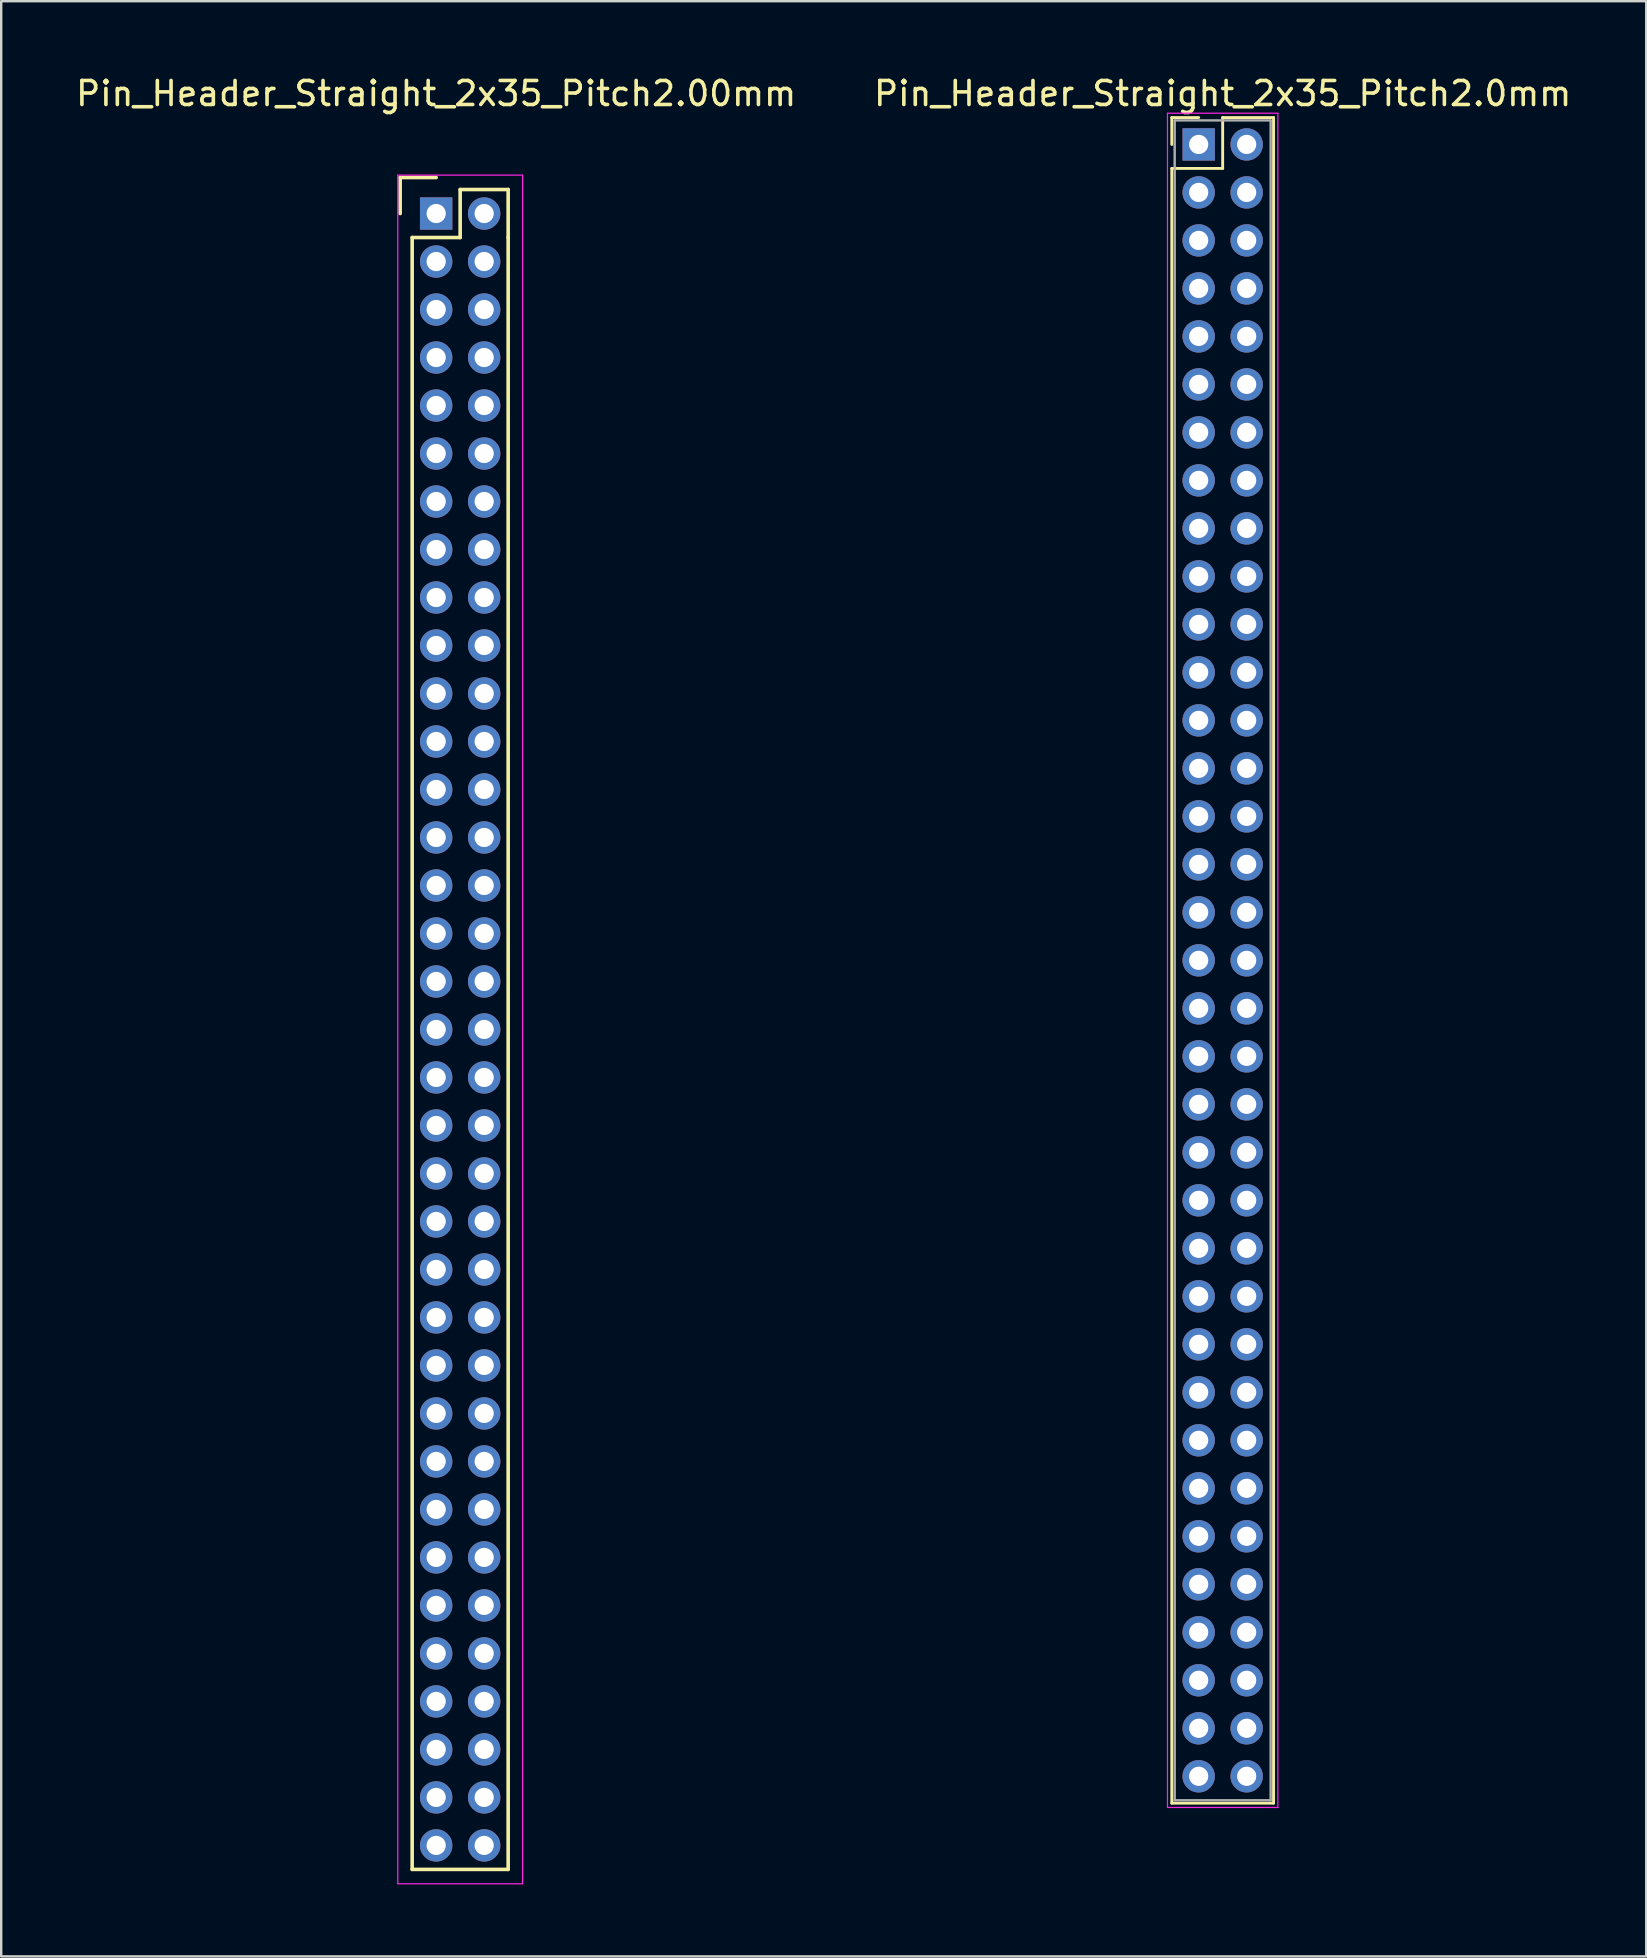
<source format=kicad_pcb>
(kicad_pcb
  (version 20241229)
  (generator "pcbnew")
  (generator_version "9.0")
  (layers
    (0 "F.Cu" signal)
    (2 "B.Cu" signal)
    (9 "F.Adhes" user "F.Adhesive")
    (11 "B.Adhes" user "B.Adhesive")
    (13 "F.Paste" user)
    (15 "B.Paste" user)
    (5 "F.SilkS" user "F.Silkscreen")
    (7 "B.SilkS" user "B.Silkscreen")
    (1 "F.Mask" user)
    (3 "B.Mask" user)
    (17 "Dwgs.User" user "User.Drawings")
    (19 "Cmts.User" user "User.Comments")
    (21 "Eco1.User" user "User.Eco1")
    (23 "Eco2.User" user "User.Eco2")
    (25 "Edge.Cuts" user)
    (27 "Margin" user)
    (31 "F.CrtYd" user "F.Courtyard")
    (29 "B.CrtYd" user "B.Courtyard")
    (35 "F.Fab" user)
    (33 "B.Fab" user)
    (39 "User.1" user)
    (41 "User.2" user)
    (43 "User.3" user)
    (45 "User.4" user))
  (footprint "Pin_Header_Straight_2x35_Pitch2.00mm"
    (layer "F.Cu")
    (at 15.125 5.848)
    (property "Reference" "Pin_Header_Straight_2x35_Pitch2.00mm" (at 0 -5 0) (layer "F.SilkS") (effects (font (size 1 1) (thickness 0.15))))
    (attr through_hole)
    (fp_line (start -1.5 -1.5) (end 0 -1.5) (stroke (width 0.15) (type solid)) (layer "F.SilkS"))
    (fp_line (start -1.5 0) (end -1.5 -1.5) (stroke (width 0.15) (type solid)) (layer "F.SilkS"))
    (fp_line (start -1 1) (end 1 1) (stroke (width 0.15) (type solid)) (layer "F.SilkS"))
    (fp_line (start -1 69) (end -1 1) (stroke (width 0.15) (type solid)) (layer "F.SilkS"))
    (fp_line (start 1 -1) (end 3 -1) (stroke (width 0.15) (type solid)) (layer "F.SilkS"))
    (fp_line (start 1 1) (end 1 -1) (stroke (width 0.15) (type solid)) (layer "F.SilkS"))
    (fp_line (start 3 -1) (end 3 1) (stroke (width 0.15) (type solid)) (layer "F.SilkS"))
    (fp_line (start 3 1) (end 3 69) (stroke (width 0.15) (type solid)) (layer "F.SilkS"))
    (fp_line (start 3 69) (end -1 69) (stroke (width 0.15) (type solid)) (layer "F.SilkS"))
    (fp_line (start -1.6 -1.6) (end 3.6 -1.6) (stroke (width 0.05) (type solid)) (layer "F.CrtYd"))
    (fp_line (start -1.6 69.6) (end -1.6 -1.6) (stroke (width 0.05) (type solid)) (layer "F.CrtYd"))
    (fp_line (start 3.6 -1.6) (end 3.6 69.6) (stroke (width 0.05) (type solid)) (layer "F.CrtYd"))
    (fp_line (start 3.6 69.6) (end -1.6 69.6) (stroke (width 0.05) (type solid)) (layer "F.CrtYd"))
    (pad "1" thru_hole rect (at 0 0) (size 1.35 1.35) (drill 0.8) (layers "*.Cu" "*.Mask"))
    (pad "2" thru_hole circle (at 2 0) (size 1.35 1.35) (drill 0.8) (layers "*.Cu" "*.Mask"))
    (pad "3" thru_hole circle (at 0 2) (size 1.35 1.35) (drill 0.8) (layers "*.Cu" "*.Mask"))
    (pad "4" thru_hole circle (at 2 2) (size 1.35 1.35) (drill 0.8) (layers "*.Cu" "*.Mask"))
    (pad "5" thru_hole circle (at 0 4) (size 1.35 1.35) (drill 0.8) (layers "*.Cu" "*.Mask"))
    (pad "6" thru_hole circle (at 2 4) (size 1.35 1.35) (drill 0.8) (layers "*.Cu" "*.Mask"))
    (pad "7" thru_hole circle (at 0 6) (size 1.35 1.35) (drill 0.8) (layers "*.Cu" "*.Mask"))
    (pad "8" thru_hole circle (at 2 6) (size 1.35 1.35) (drill 0.8) (layers "*.Cu" "*.Mask"))
    (pad "9" thru_hole circle (at 0 8) (size 1.35 1.35) (drill 0.8) (layers "*.Cu" "*.Mask"))
    (pad "10" thru_hole circle (at 2 8) (size 1.35 1.35) (drill 0.8) (layers "*.Cu" "*.Mask"))
    (pad "11" thru_hole circle (at 0 10) (size 1.35 1.35) (drill 0.8) (layers "*.Cu" "*.Mask"))
    (pad "12" thru_hole circle (at 2 10) (size 1.35 1.35) (drill 0.8) (layers "*.Cu" "*.Mask"))
    (pad "13" thru_hole circle (at 0 12) (size 1.35 1.35) (drill 0.8) (layers "*.Cu" "*.Mask"))
    (pad "14" thru_hole circle (at 2 12) (size 1.35 1.35) (drill 0.8) (layers "*.Cu" "*.Mask"))
    (pad "15" thru_hole circle (at 0 14) (size 1.35 1.35) (drill 0.8) (layers "*.Cu" "*.Mask"))
    (pad "16" thru_hole circle (at 2 14) (size 1.35 1.35) (drill 0.8) (layers "*.Cu" "*.Mask"))
    (pad "17" thru_hole circle (at 0 16) (size 1.35 1.35) (drill 0.8) (layers "*.Cu" "*.Mask"))
    (pad "18" thru_hole circle (at 2 16) (size 1.35 1.35) (drill 0.8) (layers "*.Cu" "*.Mask"))
    (pad "19" thru_hole circle (at 0 18) (size 1.35 1.35) (drill 0.8) (layers "*.Cu" "*.Mask"))
    (pad "20" thru_hole circle (at 2 18) (size 1.35 1.35) (drill 0.8) (layers "*.Cu" "*.Mask"))
    (pad "21" thru_hole circle (at 0 20) (size 1.35 1.35) (drill 0.8) (layers "*.Cu" "*.Mask"))
    (pad "22" thru_hole circle (at 2 20) (size 1.35 1.35) (drill 0.8) (layers "*.Cu" "*.Mask"))
    (pad "23" thru_hole circle (at 0 22) (size 1.35 1.35) (drill 0.8) (layers "*.Cu" "*.Mask"))
    (pad "24" thru_hole circle (at 2 22) (size 1.35 1.35) (drill 0.8) (layers "*.Cu" "*.Mask"))
    (pad "25" thru_hole circle (at 0 24) (size 1.35 1.35) (drill 0.8) (layers "*.Cu" "*.Mask"))
    (pad "26" thru_hole circle (at 2 24) (size 1.35 1.35) (drill 0.8) (layers "*.Cu" "*.Mask"))
    (pad "27" thru_hole circle (at 0 26) (size 1.35 1.35) (drill 0.8) (layers "*.Cu" "*.Mask"))
    (pad "28" thru_hole circle (at 2 26) (size 1.35 1.35) (drill 0.8) (layers "*.Cu" "*.Mask"))
    (pad "29" thru_hole circle (at 0 28) (size 1.35 1.35) (drill 0.8) (layers "*.Cu" "*.Mask"))
    (pad "30" thru_hole circle (at 2 28) (size 1.35 1.35) (drill 0.8) (layers "*.Cu" "*.Mask"))
    (pad "31" thru_hole circle (at 0 30) (size 1.35 1.35) (drill 0.8) (layers "*.Cu" "*.Mask"))
    (pad "32" thru_hole circle (at 2 30) (size 1.35 1.35) (drill 0.8) (layers "*.Cu" "*.Mask"))
    (pad "33" thru_hole circle (at 0 32) (size 1.35 1.35) (drill 0.8) (layers "*.Cu" "*.Mask"))
    (pad "34" thru_hole circle (at 2 32) (size 1.35 1.35) (drill 0.8) (layers "*.Cu" "*.Mask"))
    (pad "35" thru_hole circle (at 0 34) (size 1.35 1.35) (drill 0.8) (layers "*.Cu" "*.Mask"))
    (pad "36" thru_hole circle (at 2 34) (size 1.35 1.35) (drill 0.8) (layers "*.Cu" "*.Mask"))
    (pad "37" thru_hole circle (at 0 36) (size 1.35 1.35) (drill 0.8) (layers "*.Cu" "*.Mask"))
    (pad "38" thru_hole circle (at 2 36) (size 1.35 1.35) (drill 0.8) (layers "*.Cu" "*.Mask"))
    (pad "39" thru_hole circle (at 0 38) (size 1.35 1.35) (drill 0.8) (layers "*.Cu" "*.Mask"))
    (pad "40" thru_hole circle (at 2 38) (size 1.35 1.35) (drill 0.8) (layers "*.Cu" "*.Mask"))
    (pad "41" thru_hole circle (at 0 40) (size 1.35 1.35) (drill 0.8) (layers "*.Cu" "*.Mask"))
    (pad "42" thru_hole circle (at 2 40) (size 1.35 1.35) (drill 0.8) (layers "*.Cu" "*.Mask"))
    (pad "43" thru_hole circle (at 0 42) (size 1.35 1.35) (drill 0.8) (layers "*.Cu" "*.Mask"))
    (pad "44" thru_hole circle (at 2 42) (size 1.35 1.35) (drill 0.8) (layers "*.Cu" "*.Mask"))
    (pad "45" thru_hole circle (at 0 44) (size 1.35 1.35) (drill 0.8) (layers "*.Cu" "*.Mask"))
    (pad "46" thru_hole circle (at 2 44) (size 1.35 1.35) (drill 0.8) (layers "*.Cu" "*.Mask"))
    (pad "47" thru_hole circle (at 0 46) (size 1.35 1.35) (drill 0.8) (layers "*.Cu" "*.Mask"))
    (pad "48" thru_hole circle (at 2 46) (size 1.35 1.35) (drill 0.8) (layers "*.Cu" "*.Mask"))
    (pad "49" thru_hole circle (at 0 48) (size 1.35 1.35) (drill 0.8) (layers "*.Cu" "*.Mask"))
    (pad "50" thru_hole circle (at 2 48) (size 1.35 1.35) (drill 0.8) (layers "*.Cu" "*.Mask"))
    (pad "51" thru_hole circle (at 0 50) (size 1.35 1.35) (drill 0.8) (layers "*.Cu" "*.Mask"))
    (pad "52" thru_hole circle (at 2 50) (size 1.35 1.35) (drill 0.8) (layers "*.Cu" "*.Mask"))
    (pad "53" thru_hole circle (at 0 52) (size 1.35 1.35) (drill 0.8) (layers "*.Cu" "*.Mask"))
    (pad "54" thru_hole circle (at 2 52) (size 1.35 1.35) (drill 0.8) (layers "*.Cu" "*.Mask"))
    (pad "55" thru_hole circle (at 0 54) (size 1.35 1.35) (drill 0.8) (layers "*.Cu" "*.Mask"))
    (pad "56" thru_hole circle (at 2 54) (size 1.35 1.35) (drill 0.8) (layers "*.Cu" "*.Mask"))
    (pad "57" thru_hole circle (at 0 56) (size 1.35 1.35) (drill 0.8) (layers "*.Cu" "*.Mask"))
    (pad "58" thru_hole circle (at 2 56) (size 1.35 1.35) (drill 0.8) (layers "*.Cu" "*.Mask"))
    (pad "59" thru_hole circle (at 0 58) (size 1.35 1.35) (drill 0.8) (layers "*.Cu" "*.Mask"))
    (pad "60" thru_hole circle (at 2 58) (size 1.35 1.35) (drill 0.8) (layers "*.Cu" "*.Mask"))
    (pad "61" thru_hole circle (at 0 60) (size 1.35 1.35) (drill 0.8) (layers "*.Cu" "*.Mask"))
    (pad "62" thru_hole circle (at 2 60) (size 1.35 1.35) (drill 0.8) (layers "*.Cu" "*.Mask"))
    (pad "63" thru_hole circle (at 0 62) (size 1.35 1.35) (drill 0.8) (layers "*.Cu" "*.Mask"))
    (pad "64" thru_hole circle (at 2 62) (size 1.35 1.35) (drill 0.8) (layers "*.Cu" "*.Mask"))
    (pad "65" thru_hole circle (at 0 64) (size 1.35 1.35) (drill 0.8) (layers "*.Cu" "*.Mask"))
    (pad "66" thru_hole circle (at 2 64) (size 1.35 1.35) (drill 0.8) (layers "*.Cu" "*.Mask"))
    (pad "67" thru_hole circle (at 0 66) (size 1.35 1.35) (drill 0.8) (layers "*.Cu" "*.Mask"))
    (pad "68" thru_hole circle (at 2 66) (size 1.35 1.35) (drill 0.8) (layers "*.Cu" "*.Mask"))
    (pad "69" thru_hole circle (at 0 68) (size 1.35 1.35) (drill 0.8) (layers "*.Cu" "*.Mask"))
    (pad "70" thru_hole circle (at 2 68) (size 1.35 1.35) (drill 0.8) (layers "*.Cu" "*.Mask")))
  (footprint "Pin_Header_Straight_2x35_Pitch2.0mm"
    (layer "F.Cu")
    (at 46.899 2.968)
    (property "Reference" "Pin_Header_Straight_2x35_Pitch2.0mm" (at 1 -2.12 0) (layer "F.SilkS") (effects (font (size 1 1) (thickness 0.15))))
    (attr through_hole)
    (fp_line (start -1.12 -1.12) (end 0 -1.12) (stroke (width 0.12) (type solid)) (layer "F.SilkS"))
    (fp_line (start -1.12 0) (end -1.12 -1.12) (stroke (width 0.12) (type solid)) (layer "F.SilkS"))
    (fp_line (start -1.12 1) (end -1.12 69.12) (stroke (width 0.12) (type solid)) (layer "F.SilkS"))
    (fp_line (start -1.12 69.12) (end 3.12 69.12) (stroke (width 0.12) (type solid)) (layer "F.SilkS"))
    (fp_line (start 1 -1.12) (end 1 1) (stroke (width 0.12) (type solid)) (layer "F.SilkS"))
    (fp_line (start 1 1) (end -1.12 1) (stroke (width 0.12) (type solid)) (layer "F.SilkS"))
    (fp_line (start 3.12 -1.12) (end 1 -1.12) (stroke (width 0.12) (type solid)) (layer "F.SilkS"))
    (fp_line (start 3.12 69.12) (end 3.12 -1.12) (stroke (width 0.12) (type solid)) (layer "F.SilkS"))
    (fp_line (start -1.3 -1.3) (end -1.3 69.3) (stroke (width 0.05) (type solid)) (layer "F.CrtYd"))
    (fp_line (start -1.3 69.3) (end 3.3 69.3) (stroke (width 0.05) (type solid)) (layer "F.CrtYd"))
    (fp_line (start 3.3 -1.3) (end -1.3 -1.3) (stroke (width 0.05) (type solid)) (layer "F.CrtYd"))
    (fp_line (start 3.3 69.3) (end 3.3 -1.3) (stroke (width 0.05) (type solid)) (layer "F.CrtYd"))
    (fp_line (start -1 -1) (end -1 69) (stroke (width 0.1) (type solid)) (layer "F.Fab"))
    (fp_line (start -1 69) (end 3 69) (stroke (width 0.1) (type solid)) (layer "F.Fab"))
    (fp_line (start 3 -1) (end -1 -1) (stroke (width 0.1) (type solid)) (layer "F.Fab"))
    (fp_line (start 3 69) (end 3 -1) (stroke (width 0.1) (type solid)) (layer "F.Fab"))
    (pad "1" thru_hole rect (at 0 0) (size 1.35 1.35) (drill 0.8) (layers "*.Cu" "*.Mask"))
    (pad "2" thru_hole oval (at 2 0) (size 1.35 1.35) (drill 0.8) (layers "*.Cu" "*.Mask"))
    (pad "3" thru_hole oval (at 0 2) (size 1.35 1.35) (drill 0.8) (layers "*.Cu" "*.Mask"))
    (pad "4" thru_hole oval (at 2 2) (size 1.35 1.35) (drill 0.8) (layers "*.Cu" "*.Mask"))
    (pad "5" thru_hole oval (at 0 4) (size 1.35 1.35) (drill 0.8) (layers "*.Cu" "*.Mask"))
    (pad "6" thru_hole oval (at 2 4) (size 1.35 1.35) (drill 0.8) (layers "*.Cu" "*.Mask"))
    (pad "7" thru_hole oval (at 0 6) (size 1.35 1.35) (drill 0.8) (layers "*.Cu" "*.Mask"))
    (pad "8" thru_hole oval (at 2 6) (size 1.35 1.35) (drill 0.8) (layers "*.Cu" "*.Mask"))
    (pad "9" thru_hole oval (at 0 8) (size 1.35 1.35) (drill 0.8) (layers "*.Cu" "*.Mask"))
    (pad "10" thru_hole oval (at 2 8) (size 1.35 1.35) (drill 0.8) (layers "*.Cu" "*.Mask"))
    (pad "11" thru_hole oval (at 0 10) (size 1.35 1.35) (drill 0.8) (layers "*.Cu" "*.Mask"))
    (pad "12" thru_hole oval (at 2 10) (size 1.35 1.35) (drill 0.8) (layers "*.Cu" "*.Mask"))
    (pad "13" thru_hole oval (at 0 12) (size 1.35 1.35) (drill 0.8) (layers "*.Cu" "*.Mask"))
    (pad "14" thru_hole oval (at 2 12) (size 1.35 1.35) (drill 0.8) (layers "*.Cu" "*.Mask"))
    (pad "15" thru_hole oval (at 0 14) (size 1.35 1.35) (drill 0.8) (layers "*.Cu" "*.Mask"))
    (pad "16" thru_hole oval (at 2 14) (size 1.35 1.35) (drill 0.8) (layers "*.Cu" "*.Mask"))
    (pad "17" thru_hole oval (at 0 16) (size 1.35 1.35) (drill 0.8) (layers "*.Cu" "*.Mask"))
    (pad "18" thru_hole oval (at 2 16) (size 1.35 1.35) (drill 0.8) (layers "*.Cu" "*.Mask"))
    (pad "19" thru_hole oval (at 0 18) (size 1.35 1.35) (drill 0.8) (layers "*.Cu" "*.Mask"))
    (pad "20" thru_hole oval (at 2 18) (size 1.35 1.35) (drill 0.8) (layers "*.Cu" "*.Mask"))
    (pad "21" thru_hole oval (at 0 20) (size 1.35 1.35) (drill 0.8) (layers "*.Cu" "*.Mask"))
    (pad "22" thru_hole oval (at 2 20) (size 1.35 1.35) (drill 0.8) (layers "*.Cu" "*.Mask"))
    (pad "23" thru_hole oval (at 0 22) (size 1.35 1.35) (drill 0.8) (layers "*.Cu" "*.Mask"))
    (pad "24" thru_hole oval (at 2 22) (size 1.35 1.35) (drill 0.8) (layers "*.Cu" "*.Mask"))
    (pad "25" thru_hole oval (at 0 24) (size 1.35 1.35) (drill 0.8) (layers "*.Cu" "*.Mask"))
    (pad "26" thru_hole oval (at 2 24) (size 1.35 1.35) (drill 0.8) (layers "*.Cu" "*.Mask"))
    (pad "27" thru_hole oval (at 0 26) (size 1.35 1.35) (drill 0.8) (layers "*.Cu" "*.Mask"))
    (pad "28" thru_hole oval (at 2 26) (size 1.35 1.35) (drill 0.8) (layers "*.Cu" "*.Mask"))
    (pad "29" thru_hole oval (at 0 28) (size 1.35 1.35) (drill 0.8) (layers "*.Cu" "*.Mask"))
    (pad "30" thru_hole oval (at 2 28) (size 1.35 1.35) (drill 0.8) (layers "*.Cu" "*.Mask"))
    (pad "31" thru_hole oval (at 0 30) (size 1.35 1.35) (drill 0.8) (layers "*.Cu" "*.Mask"))
    (pad "32" thru_hole oval (at 2 30) (size 1.35 1.35) (drill 0.8) (layers "*.Cu" "*.Mask"))
    (pad "33" thru_hole oval (at 0 32) (size 1.35 1.35) (drill 0.8) (layers "*.Cu" "*.Mask"))
    (pad "34" thru_hole oval (at 2 32) (size 1.35 1.35) (drill 0.8) (layers "*.Cu" "*.Mask"))
    (pad "35" thru_hole oval (at 0 34) (size 1.35 1.35) (drill 0.8) (layers "*.Cu" "*.Mask"))
    (pad "36" thru_hole oval (at 2 34) (size 1.35 1.35) (drill 0.8) (layers "*.Cu" "*.Mask"))
    (pad "37" thru_hole oval (at 0 36) (size 1.35 1.35) (drill 0.8) (layers "*.Cu" "*.Mask"))
    (pad "38" thru_hole oval (at 2 36) (size 1.35 1.35) (drill 0.8) (layers "*.Cu" "*.Mask"))
    (pad "39" thru_hole oval (at 0 38) (size 1.35 1.35) (drill 0.8) (layers "*.Cu" "*.Mask"))
    (pad "40" thru_hole oval (at 2 38) (size 1.35 1.35) (drill 0.8) (layers "*.Cu" "*.Mask"))
    (pad "41" thru_hole oval (at 0 40) (size 1.35 1.35) (drill 0.8) (layers "*.Cu" "*.Mask"))
    (pad "42" thru_hole oval (at 2 40) (size 1.35 1.35) (drill 0.8) (layers "*.Cu" "*.Mask"))
    (pad "43" thru_hole oval (at 0 42) (size 1.35 1.35) (drill 0.8) (layers "*.Cu" "*.Mask"))
    (pad "44" thru_hole oval (at 2 42) (size 1.35 1.35) (drill 0.8) (layers "*.Cu" "*.Mask"))
    (pad "45" thru_hole oval (at 0 44) (size 1.35 1.35) (drill 0.8) (layers "*.Cu" "*.Mask"))
    (pad "46" thru_hole oval (at 2 44) (size 1.35 1.35) (drill 0.8) (layers "*.Cu" "*.Mask"))
    (pad "47" thru_hole oval (at 0 46) (size 1.35 1.35) (drill 0.8) (layers "*.Cu" "*.Mask"))
    (pad "48" thru_hole oval (at 2 46) (size 1.35 1.35) (drill 0.8) (layers "*.Cu" "*.Mask"))
    (pad "49" thru_hole oval (at 0 48) (size 1.35 1.35) (drill 0.8) (layers "*.Cu" "*.Mask"))
    (pad "50" thru_hole oval (at 2 48) (size 1.35 1.35) (drill 0.8) (layers "*.Cu" "*.Mask"))
    (pad "51" thru_hole oval (at 0 50) (size 1.35 1.35) (drill 0.8) (layers "*.Cu" "*.Mask"))
    (pad "52" thru_hole oval (at 2 50) (size 1.35 1.35) (drill 0.8) (layers "*.Cu" "*.Mask"))
    (pad "53" thru_hole oval (at 0 52) (size 1.35 1.35) (drill 0.8) (layers "*.Cu" "*.Mask"))
    (pad "54" thru_hole oval (at 2 52) (size 1.35 1.35) (drill 0.8) (layers "*.Cu" "*.Mask"))
    (pad "55" thru_hole oval (at 0 54) (size 1.35 1.35) (drill 0.8) (layers "*.Cu" "*.Mask"))
    (pad "56" thru_hole oval (at 2 54) (size 1.35 1.35) (drill 0.8) (layers "*.Cu" "*.Mask"))
    (pad "57" thru_hole oval (at 0 56) (size 1.35 1.35) (drill 0.8) (layers "*.Cu" "*.Mask"))
    (pad "58" thru_hole oval (at 2 56) (size 1.35 1.35) (drill 0.8) (layers "*.Cu" "*.Mask"))
    (pad "59" thru_hole oval (at 0 58) (size 1.35 1.35) (drill 0.8) (layers "*.Cu" "*.Mask"))
    (pad "60" thru_hole oval (at 2 58) (size 1.35 1.35) (drill 0.8) (layers "*.Cu" "*.Mask"))
    (pad "61" thru_hole oval (at 0 60) (size 1.35 1.35) (drill 0.8) (layers "*.Cu" "*.Mask"))
    (pad "62" thru_hole oval (at 2 60) (size 1.35 1.35) (drill 0.8) (layers "*.Cu" "*.Mask"))
    (pad "63" thru_hole oval (at 0 62) (size 1.35 1.35) (drill 0.8) (layers "*.Cu" "*.Mask"))
    (pad "64" thru_hole oval (at 2 62) (size 1.35 1.35) (drill 0.8) (layers "*.Cu" "*.Mask"))
    (pad "65" thru_hole oval (at 0 64) (size 1.35 1.35) (drill 0.8) (layers "*.Cu" "*.Mask"))
    (pad "66" thru_hole oval (at 2 64) (size 1.35 1.35) (drill 0.8) (layers "*.Cu" "*.Mask"))
    (pad "67" thru_hole oval (at 0 66) (size 1.35 1.35) (drill 0.8) (layers "*.Cu" "*.Mask"))
    (pad "68" thru_hole oval (at 2 66) (size 1.35 1.35) (drill 0.8) (layers "*.Cu" "*.Mask"))
    (pad "69" thru_hole oval (at 0 68) (size 1.35 1.35) (drill 0.8) (layers "*.Cu" "*.Mask"))
    (pad "70" thru_hole oval (at 2 68) (size 1.35 1.35) (drill 0.8) (layers "*.Cu" "*.Mask")))
  (gr_rect
    (start -3 -3)
    (end 65.548 78.473)
    (stroke (width 0.1) (type default))
    (fill no)
    (layer "Edge.Cuts")))
</source>
